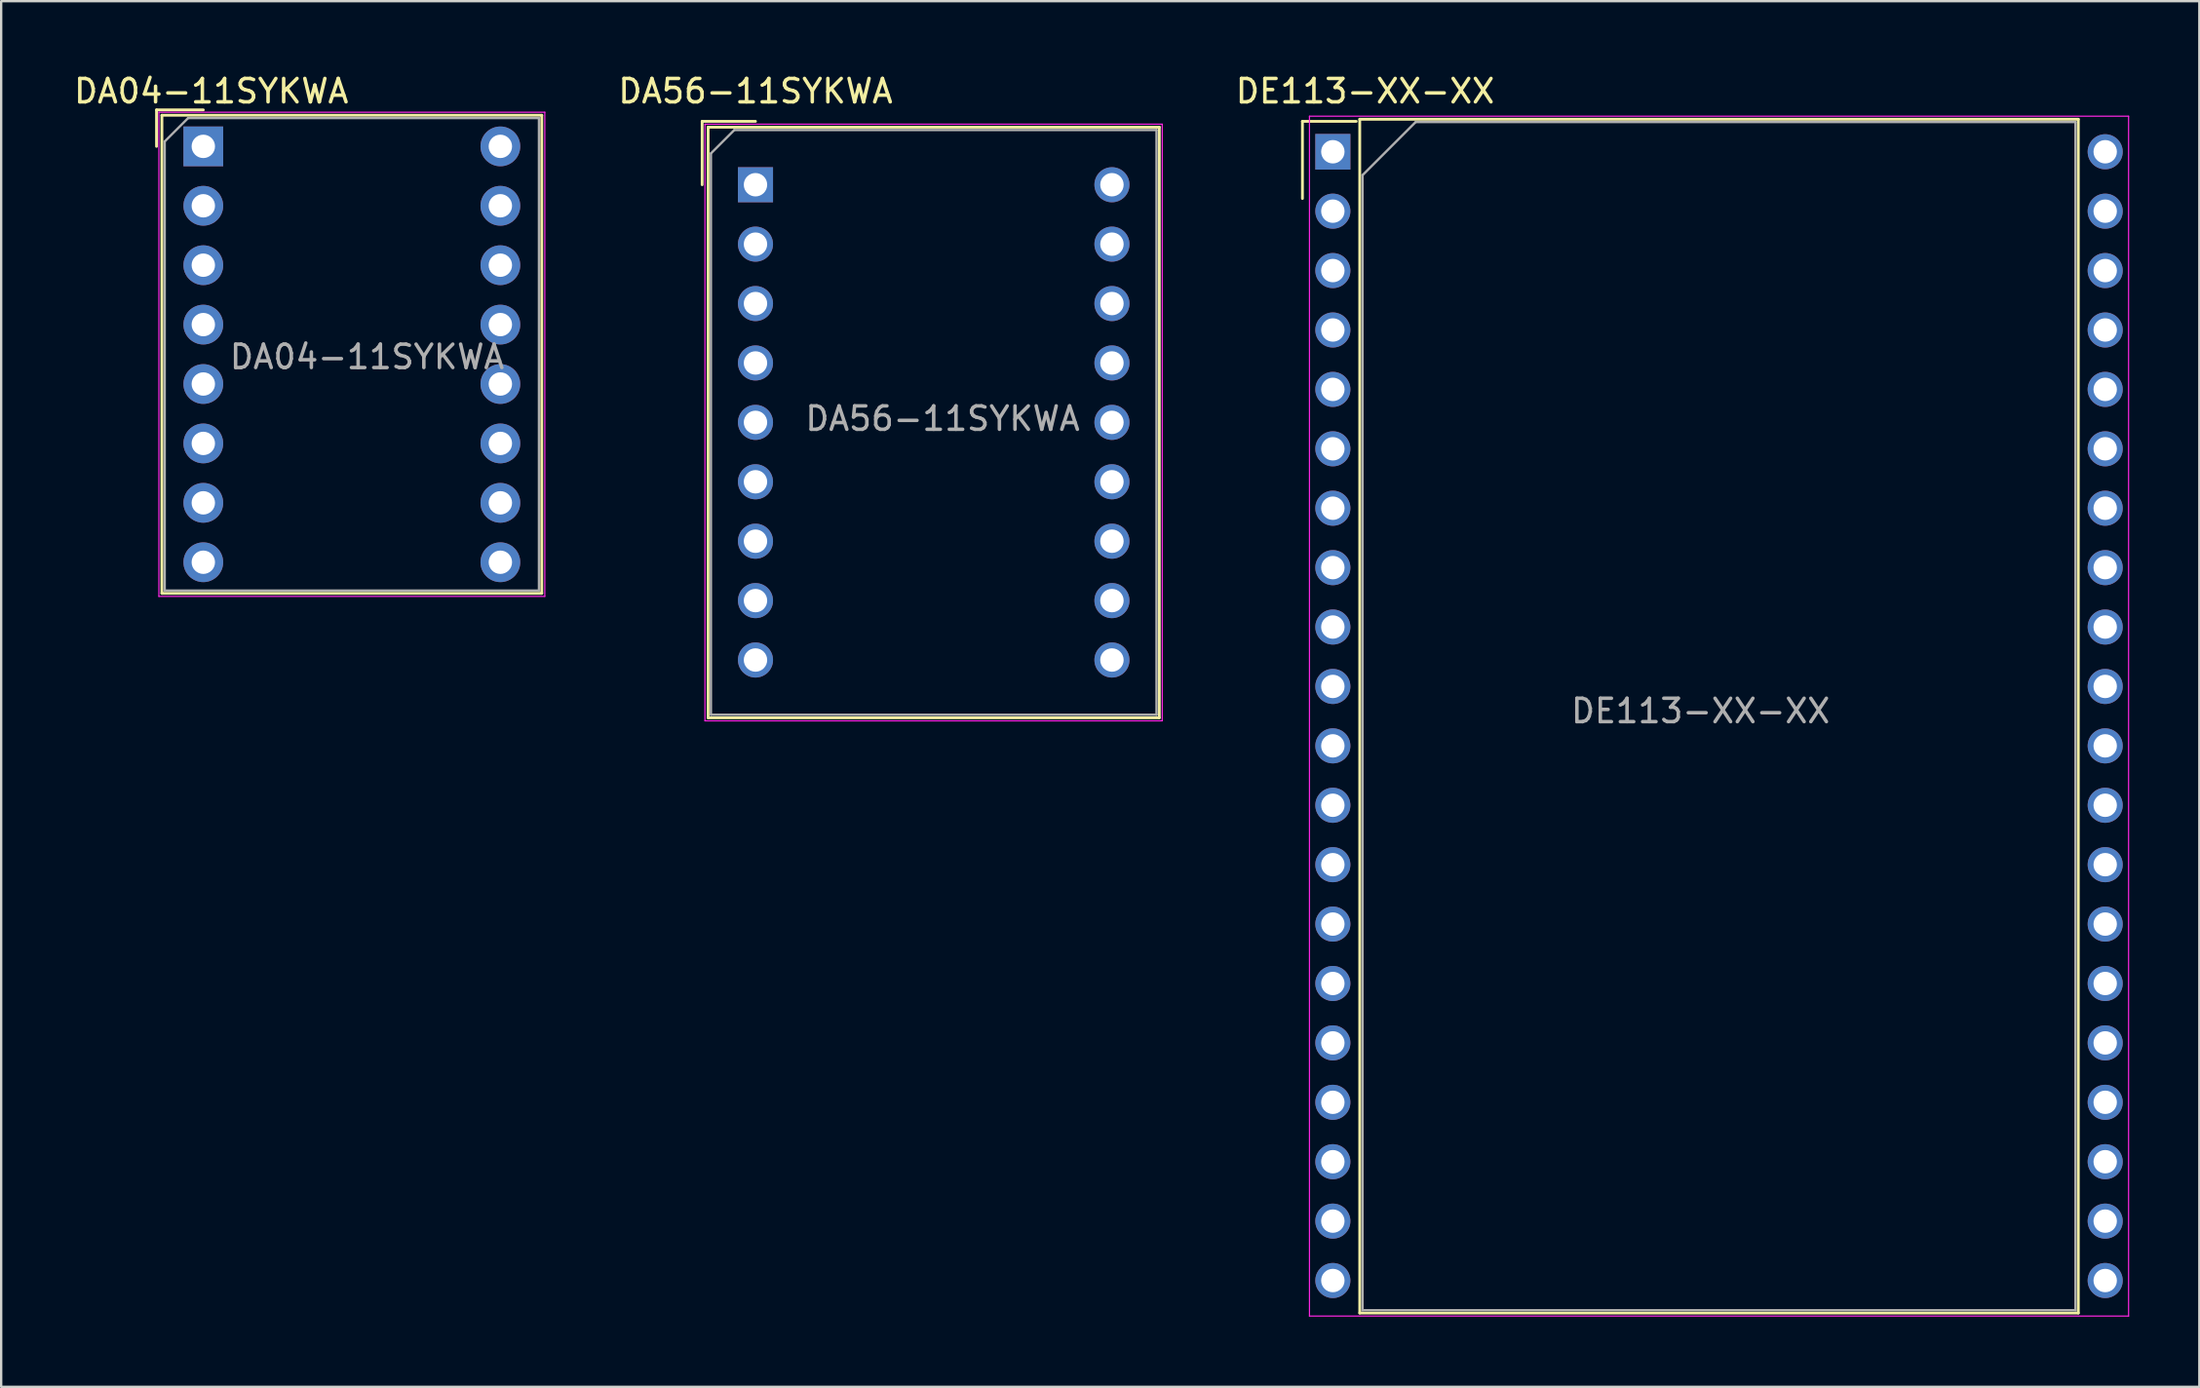
<source format=kicad_pcb>
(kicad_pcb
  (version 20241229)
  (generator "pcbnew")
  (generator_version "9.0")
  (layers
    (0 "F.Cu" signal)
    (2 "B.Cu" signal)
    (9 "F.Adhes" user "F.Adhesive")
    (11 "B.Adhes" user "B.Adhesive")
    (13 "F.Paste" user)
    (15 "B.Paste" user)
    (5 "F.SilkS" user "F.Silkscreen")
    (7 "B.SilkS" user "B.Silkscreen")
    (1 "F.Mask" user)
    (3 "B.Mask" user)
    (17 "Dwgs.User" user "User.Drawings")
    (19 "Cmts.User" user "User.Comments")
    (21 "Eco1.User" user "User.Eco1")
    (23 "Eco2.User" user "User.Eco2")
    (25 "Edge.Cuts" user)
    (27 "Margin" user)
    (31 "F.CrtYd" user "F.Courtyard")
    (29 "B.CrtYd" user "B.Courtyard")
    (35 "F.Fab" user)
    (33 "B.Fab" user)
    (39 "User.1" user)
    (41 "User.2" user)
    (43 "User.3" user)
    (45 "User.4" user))
  (footprint "DA56-11SYKWA"
    (layer "F.Cu")
    (at 29.249 4.848)
    (property "Reference" "DA56-11SYKWA" (at 0 -4 0) (layer "F.SilkS") (effects (font (size 1 1) (thickness 0.15))))
    (attr through_hole)
    (fp_line (start -2.28 -2.71) (end -2.28 0) (stroke (width 0.12) (type solid)) (layer "F.SilkS"))
    (fp_line (start -2.28 -2.71) (end 0 -2.71) (stroke (width 0.12) (type solid)) (layer "F.SilkS"))
    (fp_line (start -2.025 -2.46) (end 17.265 -2.46) (stroke (width 0.12) (type solid)) (layer "F.SilkS"))
    (fp_line (start -2.025 22.79) (end -2.025 -2.46) (stroke (width 0.12) (type solid)) (layer "F.SilkS"))
    (fp_line (start 17.265 -2.46) (end 17.265 22.79) (stroke (width 0.12) (type solid)) (layer "F.SilkS"))
    (fp_line (start 17.265 22.79) (end -2.025 22.79) (stroke (width 0.12) (type solid)) (layer "F.SilkS"))
    (fp_line (start -2.16 -2.59) (end 17.39 -2.59) (stroke (width 0.05) (type solid)) (layer "F.CrtYd"))
    (fp_line (start -2.16 22.92) (end -2.16 -2.59) (stroke (width 0.05) (type solid)) (layer "F.CrtYd"))
    (fp_line (start 17.39 -2.59) (end 17.39 22.92) (stroke (width 0.05) (type solid)) (layer "F.CrtYd"))
    (fp_line (start 17.39 22.92) (end -2.16 22.92) (stroke (width 0.05) (type solid)) (layer "F.CrtYd"))
    (fp_line (start -1.905 -1.34) (end -0.905 -2.34) (stroke (width 0.1) (type solid)) (layer "F.Fab"))
    (fp_line (start -1.905 22.66) (end -1.905 -1.34) (stroke (width 0.1) (type solid)) (layer "F.Fab"))
    (fp_line (start -0.905 -2.34) (end 17.145 -2.34) (stroke (width 0.1) (type solid)) (layer "F.Fab"))
    (fp_line (start 17.145 -2.34) (end 17.145 22.66) (stroke (width 0.1) (type solid)) (layer "F.Fab"))
    (fp_line (start 17.145 22.66) (end -1.905 22.66) (stroke (width 0.1) (type solid)) (layer "F.Fab"))
    (fp_text user "${REFERENCE}" (at 8 10 0) (layer "F.Fab") (effects (font (size 1 1) (thickness 0.15))))
    (pad "1" thru_hole rect (at 0 0) (size 1.5 1.5) (drill 1) (layers "*.Cu" "*.Mask"))
    (pad "2" thru_hole circle (at 0 2.54) (size 1.5 1.5) (drill 1) (layers "*.Cu" "*.Mask"))
    (pad "3" thru_hole circle (at 0 5.08) (size 1.5 1.5) (drill 1) (layers "*.Cu" "*.Mask"))
    (pad "4" thru_hole circle (at 0 7.62) (size 1.5 1.5) (drill 1) (layers "*.Cu" "*.Mask"))
    (pad "5" thru_hole circle (at 0 10.16) (size 1.5 1.5) (drill 1) (layers "*.Cu" "*.Mask"))
    (pad "6" thru_hole circle (at 0 12.7) (size 1.5 1.5) (drill 1) (layers "*.Cu" "*.Mask"))
    (pad "7" thru_hole circle (at 0 15.24) (size 1.5 1.5) (drill 1) (layers "*.Cu" "*.Mask"))
    (pad "8" thru_hole circle (at 0 17.78) (size 1.5 1.5) (drill 1) (layers "*.Cu" "*.Mask"))
    (pad "9" thru_hole circle (at 0 20.32) (size 1.5 1.5) (drill 1) (layers "*.Cu" "*.Mask"))
    (pad "10" thru_hole circle (at 15.24 20.32) (size 1.5 1.5) (drill 1) (layers "*.Cu" "*.Mask"))
    (pad "11" thru_hole circle (at 15.24 17.78) (size 1.5 1.5) (drill 1) (layers "*.Cu" "*.Mask"))
    (pad "12" thru_hole circle (at 15.24 15.24) (size 1.5 1.5) (drill 1) (layers "*.Cu" "*.Mask"))
    (pad "13" thru_hole circle (at 15.24 12.7) (size 1.5 1.5) (drill 1) (layers "*.Cu" "*.Mask"))
    (pad "14" thru_hole circle (at 15.24 10.16) (size 1.5 1.5) (drill 1) (layers "*.Cu" "*.Mask"))
    (pad "15" thru_hole circle (at 15.24 7.62) (size 1.5 1.5) (drill 1) (layers "*.Cu" "*.Mask"))
    (pad "16" thru_hole circle (at 15.24 5.08) (size 1.5 1.5) (drill 1) (layers "*.Cu" "*.Mask"))
    (pad "17" thru_hole circle (at 15.24 2.54) (size 1.5 1.5) (drill 1) (layers "*.Cu" "*.Mask"))
    (pad "18" thru_hole circle (at 15.24 0) (size 1.5 1.5) (drill 1) (layers "*.Cu" "*.Mask")))
  (footprint "DE113-XX-XX"
    (layer "F.Cu")
    (at 53.933 3.438)
    (property "Reference" "DE113-XX-XX" (at 1.38 -2.59 0) (layer "F.SilkS") (effects (font (size 1 1) (thickness 0.15))))
    (attr through_hole)
    (fp_line (start -1.3 -1.3) (end -1.3 2) (stroke (width 0.12) (type solid)) (layer "F.SilkS"))
    (fp_line (start -1.3 -1.3) (end 1 -1.3) (stroke (width 0.12) (type solid)) (layer "F.SilkS"))
    (fp_line (start 1.15 -1.39) (end 31.87 -1.39) (stroke (width 0.12) (type solid)) (layer "F.SilkS"))
    (fp_line (start 1.15 49.65) (end 1.15 -1.39) (stroke (width 0.12) (type solid)) (layer "F.SilkS"))
    (fp_line (start 31.87 -1.39) (end 31.87 49.65) (stroke (width 0.12) (type solid)) (layer "F.SilkS"))
    (fp_line (start 31.87 49.65) (end 1.15 49.65) (stroke (width 0.12) (type solid)) (layer "F.SilkS"))
    (fp_line (start -1 -1.52) (end 34.02 -1.52) (stroke (width 0.05) (type solid)) (layer "F.CrtYd"))
    (fp_line (start -1 49.78) (end -1 -1.52) (stroke (width 0.05) (type solid)) (layer "F.CrtYd"))
    (fp_line (start 34.02 -1.52) (end 34.02 49.78) (stroke (width 0.05) (type solid)) (layer "F.CrtYd"))
    (fp_line (start 34.02 49.78) (end -1 49.78) (stroke (width 0.05) (type solid)) (layer "F.CrtYd"))
    (fp_line (start 1.27 1) (end 3.54 -1.27) (stroke (width 0.1) (type solid)) (layer "F.Fab"))
    (fp_line (start 1.27 49.53) (end 1.27 1) (stroke (width 0.1) (type solid)) (layer "F.Fab"))
    (fp_line (start 3.54 -1.27) (end 31.75 -1.27) (stroke (width 0.1) (type solid)) (layer "F.Fab"))
    (fp_line (start 31.75 -1.27) (end 31.75 49.53) (stroke (width 0.1) (type solid)) (layer "F.Fab"))
    (fp_line (start 31.75 49.53) (end 1.27 49.53) (stroke (width 0.1) (type solid)) (layer "F.Fab"))
    (fp_text user "${REFERENCE}" (at 15.72 23.91 0) (layer "F.Fab") (effects (font (size 1 1) (thickness 0.15))))
    (pad "1" thru_hole rect (at 0 0) (size 1.5 1.524) (drill 1) (layers "*.Cu" "*.Mask"))
    (pad "2" thru_hole circle (at 0 2.54) (size 1.5 1.5) (drill 1) (layers "*.Cu" "*.Mask"))
    (pad "3" thru_hole circle (at 0 5.08) (size 1.5 1.5) (drill 1) (layers "*.Cu" "*.Mask"))
    (pad "4" thru_hole circle (at 0 7.62) (size 1.5 1.5) (drill 1) (layers "*.Cu" "*.Mask"))
    (pad "5" thru_hole circle (at 0 10.16) (size 1.5 1.5) (drill 1) (layers "*.Cu" "*.Mask"))
    (pad "6" thru_hole circle (at 0 12.7) (size 1.5 1.5) (drill 1) (layers "*.Cu" "*.Mask"))
    (pad "7" thru_hole circle (at 0 15.24) (size 1.5 1.5) (drill 1) (layers "*.Cu" "*.Mask"))
    (pad "8" thru_hole circle (at 0 17.78) (size 1.5 1.5) (drill 1) (layers "*.Cu" "*.Mask"))
    (pad "9" thru_hole circle (at 0 20.32) (size 1.5 1.5) (drill 1) (layers "*.Cu" "*.Mask"))
    (pad "10" thru_hole circle (at 0 22.86) (size 1.5 1.5) (drill 1) (layers "*.Cu" "*.Mask"))
    (pad "11" thru_hole circle (at 0 25.4) (size 1.5 1.5) (drill 1) (layers "*.Cu" "*.Mask"))
    (pad "12" thru_hole circle (at 0 27.94) (size 1.5 1.5) (drill 1) (layers "*.Cu" "*.Mask"))
    (pad "13" thru_hole circle (at 0 30.48) (size 1.5 1.5) (drill 1) (layers "*.Cu" "*.Mask"))
    (pad "14" thru_hole circle (at 0 33.02) (size 1.5 1.5) (drill 1) (layers "*.Cu" "*.Mask"))
    (pad "15" thru_hole circle (at 0 35.56) (size 1.5 1.5) (drill 1) (layers "*.Cu" "*.Mask"))
    (pad "16" thru_hole circle (at 0 38.1) (size 1.5 1.5) (drill 1) (layers "*.Cu" "*.Mask"))
    (pad "17" thru_hole circle (at 0 40.64) (size 1.5 1.5) (drill 1) (layers "*.Cu" "*.Mask"))
    (pad "18" thru_hole circle (at 0 43.18) (size 1.5 1.5) (drill 1) (layers "*.Cu" "*.Mask"))
    (pad "19" thru_hole circle (at 0 45.72) (size 1.5 1.5) (drill 1) (layers "*.Cu" "*.Mask"))
    (pad "20" thru_hole circle (at 0 48.26) (size 1.5 1.5) (drill 1) (layers "*.Cu" "*.Mask"))
    (pad "21" thru_hole circle (at 33.02 48.26) (size 1.5 1.5) (drill 1) (layers "*.Cu" "*.Mask"))
    (pad "22" thru_hole circle (at 33.02 45.72) (size 1.5 1.5) (drill 1) (layers "*.Cu" "*.Mask"))
    (pad "23" thru_hole circle (at 33.02 43.18) (size 1.5 1.5) (drill 1) (layers "*.Cu" "*.Mask"))
    (pad "24" thru_hole circle (at 33.02 40.64) (size 1.5 1.5) (drill 1) (layers "*.Cu" "*.Mask"))
    (pad "25" thru_hole circle (at 33.02 38.1) (size 1.5 1.5) (drill 1) (layers "*.Cu" "*.Mask"))
    (pad "26" thru_hole circle (at 33.02 35.56) (size 1.5 1.5) (drill 1) (layers "*.Cu" "*.Mask"))
    (pad "27" thru_hole circle (at 33.02 33.02) (size 1.5 1.5) (drill 1) (layers "*.Cu" "*.Mask"))
    (pad "28" thru_hole circle (at 33.02 30.48) (size 1.5 1.5) (drill 1) (layers "*.Cu" "*.Mask"))
    (pad "29" thru_hole circle (at 33.02 27.94) (size 1.5 1.5) (drill 1) (layers "*.Cu" "*.Mask"))
    (pad "30" thru_hole circle (at 33.02 25.4) (size 1.5 1.5) (drill 1) (layers "*.Cu" "*.Mask"))
    (pad "31" thru_hole circle (at 33.02 22.86) (size 1.5 1.5) (drill 1) (layers "*.Cu" "*.Mask"))
    (pad "32" thru_hole circle (at 33.02 20.32) (size 1.5 1.5) (drill 1) (layers "*.Cu" "*.Mask"))
    (pad "33" thru_hole circle (at 33.02 17.78) (size 1.5 1.5) (drill 1) (layers "*.Cu" "*.Mask"))
    (pad "34" thru_hole circle (at 33.02 15.24) (size 1.5 1.5) (drill 1) (layers "*.Cu" "*.Mask"))
    (pad "35" thru_hole circle (at 33.02 12.7) (size 1.5 1.5) (drill 1) (layers "*.Cu" "*.Mask"))
    (pad "36" thru_hole circle (at 33.02 10.16) (size 1.5 1.5) (drill 1) (layers "*.Cu" "*.Mask"))
    (pad "37" thru_hole circle (at 33.02 7.62) (size 1.5 1.5) (drill 1) (layers "*.Cu" "*.Mask"))
    (pad "38" thru_hole circle (at 33.02 5.08) (size 1.5 1.5) (drill 1) (layers "*.Cu" "*.Mask"))
    (pad "39" thru_hole circle (at 33.02 2.54) (size 1.5 1.5) (drill 1) (layers "*.Cu" "*.Mask"))
    (pad "40" thru_hole circle (at 33.02 0) (size 1.5 1.5) (drill 1) (layers "*.Cu" "*.Mask")))
  (footprint "DA04-11SYKWA"
    (layer "F.Cu")
    (at 5.642 3.208)
    (property "Reference" "DA04-11SYKWA" (at 0.34 -2.36 0) (layer "F.SilkS") (effects (font (size 1 1) (thickness 0.15))))
    (attr through_hole)
    (fp_line (start -2 -1.56) (end -2 0) (stroke (width 0.12) (type solid)) (layer "F.SilkS"))
    (fp_line (start -2 -1.56) (end 0 -1.56) (stroke (width 0.12) (type solid)) (layer "F.SilkS"))
    (fp_line (start -1.77 -1.33) (end 14.47 -1.33) (stroke (width 0.12) (type solid)) (layer "F.SilkS"))
    (fp_line (start -1.77 19.11) (end -1.77 -1.33) (stroke (width 0.12) (type solid)) (layer "F.SilkS"))
    (fp_line (start 14.47 -1.33) (end 14.47 19.11) (stroke (width 0.12) (type solid)) (layer "F.SilkS"))
    (fp_line (start 14.47 19.11) (end -1.77 19.11) (stroke (width 0.12) (type solid)) (layer "F.SilkS"))
    (fp_line (start -1.9 -1.46) (end 14.6 -1.46) (stroke (width 0.05) (type solid)) (layer "F.CrtYd"))
    (fp_line (start -1.9 19.24) (end -1.9 -1.46) (stroke (width 0.05) (type solid)) (layer "F.CrtYd"))
    (fp_line (start 14.6 -1.46) (end 14.6 19.24) (stroke (width 0.05) (type solid)) (layer "F.CrtYd"))
    (fp_line (start 14.6 19.24) (end -1.9 19.24) (stroke (width 0.05) (type solid)) (layer "F.CrtYd"))
    (fp_line (start -1.65 -0.21) (end -0.65 -1.21) (stroke (width 0.1) (type solid)) (layer "F.Fab"))
    (fp_line (start -1.65 18.99) (end -1.65 -0.21) (stroke (width 0.1) (type solid)) (layer "F.Fab"))
    (fp_line (start -0.65 -1.21) (end 14.35 -1.21) (stroke (width 0.1) (type solid)) (layer "F.Fab"))
    (fp_line (start 14.35 -1.21) (end 14.35 18.99) (stroke (width 0.1) (type solid)) (layer "F.Fab"))
    (fp_line (start 14.35 18.99) (end -1.65 18.99) (stroke (width 0.1) (type solid)) (layer "F.Fab"))
    (fp_text user "${REFERENCE}" (at 7 9 0) (layer "F.Fab") (effects (font (size 1 1) (thickness 0.15))))
    (pad "1" thru_hole rect (at 0 0) (size 1.7 1.7) (drill 1) (layers "*.Cu" "*.Mask"))
    (pad "2" thru_hole circle (at 0 2.54) (size 1.7 1.7) (drill 1) (layers "*.Cu" "*.Mask"))
    (pad "3" thru_hole circle (at 0 5.08) (size 1.7 1.7) (drill 1) (layers "*.Cu" "*.Mask"))
    (pad "4" thru_hole circle (at 0 7.62) (size 1.7 1.7) (drill 1) (layers "*.Cu" "*.Mask"))
    (pad "5" thru_hole circle (at 0 10.16) (size 1.7 1.7) (drill 1) (layers "*.Cu" "*.Mask"))
    (pad "6" thru_hole circle (at 0 12.7) (size 1.7 1.7) (drill 1) (layers "*.Cu" "*.Mask"))
    (pad "7" thru_hole circle (at 0 15.24) (size 1.7 1.7) (drill 1) (layers "*.Cu" "*.Mask"))
    (pad "8" thru_hole circle (at 0 17.78) (size 1.7 1.7) (drill 1) (layers "*.Cu" "*.Mask"))
    (pad "9" thru_hole circle (at 12.7 17.78) (size 1.7 1.7) (drill 1) (layers "*.Cu" "*.Mask"))
    (pad "10" thru_hole circle (at 12.7 15.24) (size 1.7 1.7) (drill 1) (layers "*.Cu" "*.Mask"))
    (pad "11" thru_hole circle (at 12.7 12.7) (size 1.7 1.7) (drill 1) (layers "*.Cu" "*.Mask"))
    (pad "12" thru_hole circle (at 12.7 10.16) (size 1.7 1.7) (drill 1) (layers "*.Cu" "*.Mask"))
    (pad "13" thru_hole circle (at 12.7 7.62) (size 1.7 1.7) (drill 1) (layers "*.Cu" "*.Mask"))
    (pad "14" thru_hole circle (at 12.7 5.08) (size 1.7 1.7) (drill 1) (layers "*.Cu" "*.Mask"))
    (pad "15" thru_hole circle (at 12.7 2.54) (size 1.7 1.7) (drill 1) (layers "*.Cu" "*.Mask"))
    (pad "16" thru_hole circle (at 12.7 0) (size 1.7 1.7) (drill 1) (layers "*.Cu" "*.Mask")))
  (gr_rect
    (start -3 -3)
    (end 90.978 56.243)
    (stroke (width 0.1) (type default))
    (fill no)
    (layer "Edge.Cuts")))
</source>
